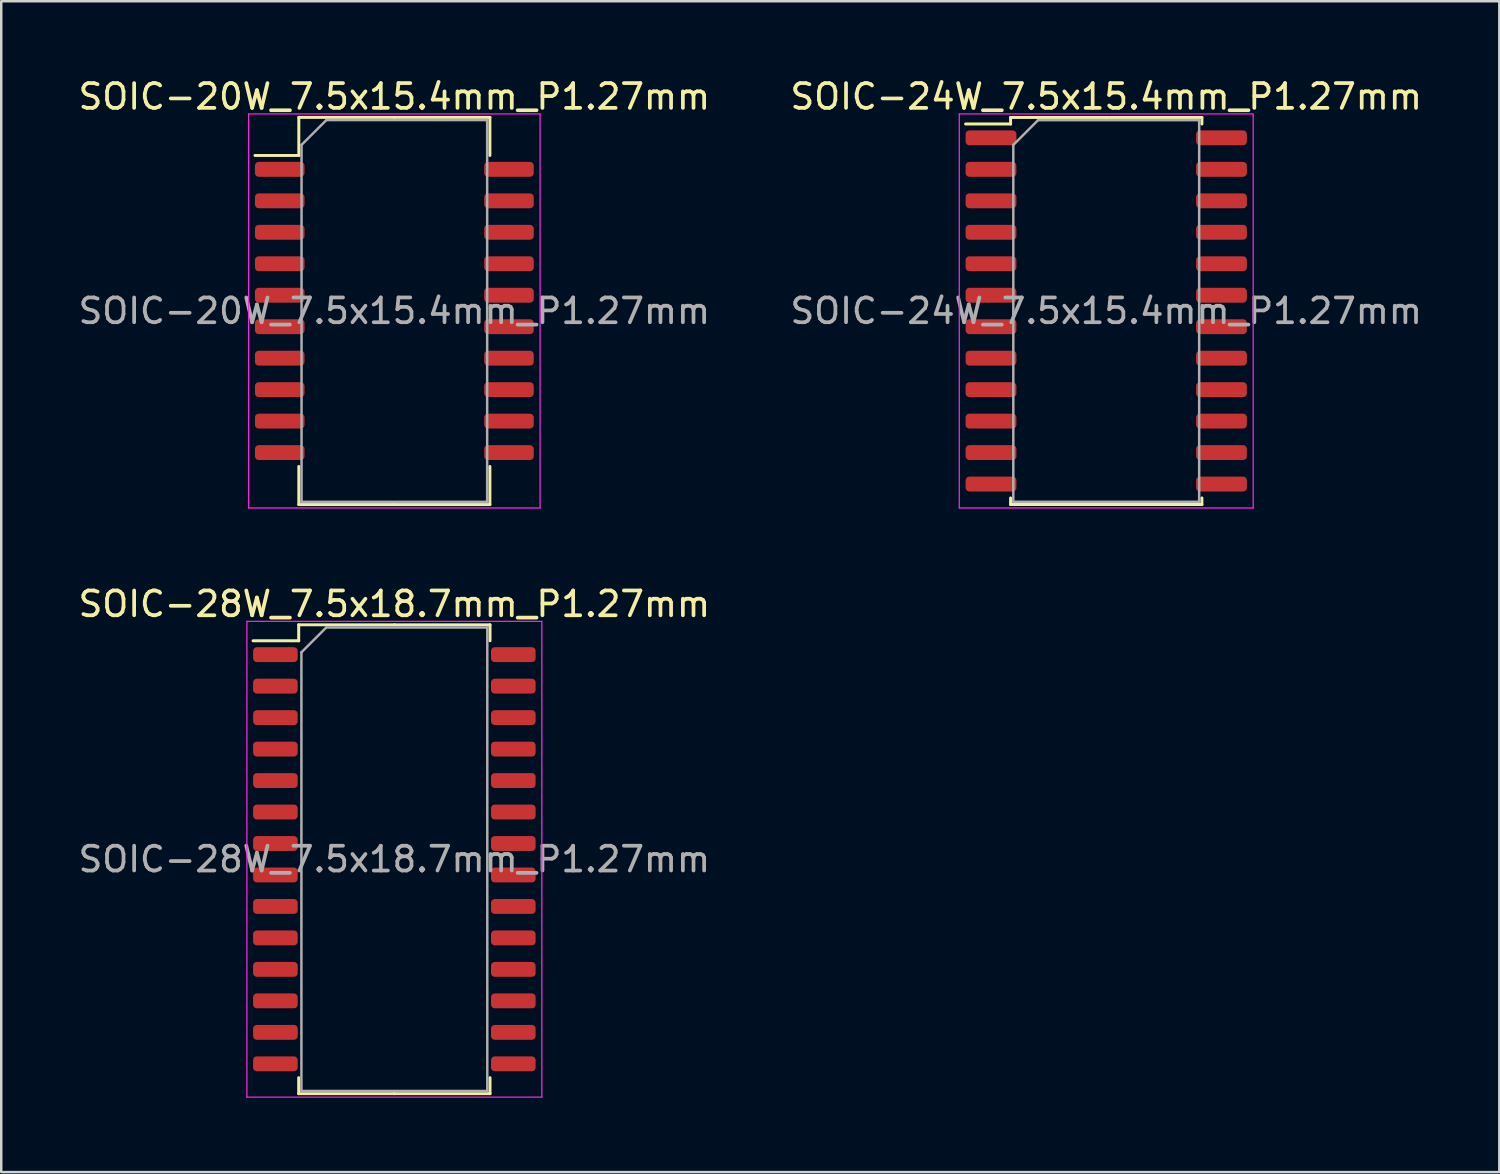
<source format=kicad_pcb>
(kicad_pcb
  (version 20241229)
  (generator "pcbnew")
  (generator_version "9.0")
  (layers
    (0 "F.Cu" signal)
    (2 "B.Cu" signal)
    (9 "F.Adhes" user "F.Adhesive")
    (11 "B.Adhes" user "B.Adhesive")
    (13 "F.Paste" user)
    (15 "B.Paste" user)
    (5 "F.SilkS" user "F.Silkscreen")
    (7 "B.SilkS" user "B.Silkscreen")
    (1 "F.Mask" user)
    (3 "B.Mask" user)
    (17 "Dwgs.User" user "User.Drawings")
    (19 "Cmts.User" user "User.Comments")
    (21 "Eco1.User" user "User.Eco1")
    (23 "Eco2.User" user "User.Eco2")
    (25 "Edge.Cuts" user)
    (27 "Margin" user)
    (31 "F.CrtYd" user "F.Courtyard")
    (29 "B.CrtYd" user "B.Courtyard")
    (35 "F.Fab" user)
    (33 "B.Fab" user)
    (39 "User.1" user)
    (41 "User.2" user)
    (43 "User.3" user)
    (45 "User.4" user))
  (footprint "SOIC-24W_7.5x15.4mm_P1.27mm"
    (layer "F.Cu")
    (at 41.589 9.498)
    (property "Reference" "SOIC-24W_7.5x15.4mm_P1.27mm" (at 0 -8.65 0) (layer "F.SilkS") (effects (font (size 1 1) (thickness 0.15))))
    (attr smd)
    (fp_line (start -3.86 -7.81) (end -3.86 -7.545) (stroke (width 0.12) (type solid)) (layer "F.SilkS"))
    (fp_line (start -3.86 -7.545) (end -5.675 -7.545) (stroke (width 0.12) (type solid)) (layer "F.SilkS"))
    (fp_line (start -3.86 7.81) (end -3.86 7.545) (stroke (width 0.12) (type solid)) (layer "F.SilkS"))
    (fp_line (start 0 -7.81) (end -3.86 -7.81) (stroke (width 0.12) (type solid)) (layer "F.SilkS"))
    (fp_line (start 0 -7.81) (end 3.86 -7.81) (stroke (width 0.12) (type solid)) (layer "F.SilkS"))
    (fp_line (start 0 7.81) (end -3.86 7.81) (stroke (width 0.12) (type solid)) (layer "F.SilkS"))
    (fp_line (start 0 7.81) (end 3.86 7.81) (stroke (width 0.12) (type solid)) (layer "F.SilkS"))
    (fp_line (start 3.86 -7.81) (end 3.86 -7.545) (stroke (width 0.12) (type solid)) (layer "F.SilkS"))
    (fp_line (start 3.86 7.81) (end 3.86 7.545) (stroke (width 0.12) (type solid)) (layer "F.SilkS"))
    (fp_line (start -5.93 -7.95) (end -5.93 7.95) (stroke (width 0.05) (type solid)) (layer "F.CrtYd"))
    (fp_line (start -5.93 7.95) (end 5.93 7.95) (stroke (width 0.05) (type solid)) (layer "F.CrtYd"))
    (fp_line (start 5.93 -7.95) (end -5.93 -7.95) (stroke (width 0.05) (type solid)) (layer "F.CrtYd"))
    (fp_line (start 5.93 7.95) (end 5.93 -7.95) (stroke (width 0.05) (type solid)) (layer "F.CrtYd"))
    (fp_line (start -3.75 -6.7) (end -2.75 -7.7) (stroke (width 0.1) (type solid)) (layer "F.Fab"))
    (fp_line (start -3.75 7.7) (end -3.75 -6.7) (stroke (width 0.1) (type solid)) (layer "F.Fab"))
    (fp_line (start -2.75 -7.7) (end 3.75 -7.7) (stroke (width 0.1) (type solid)) (layer "F.Fab"))
    (fp_line (start 3.75 -7.7) (end 3.75 7.7) (stroke (width 0.1) (type solid)) (layer "F.Fab"))
    (fp_line (start 3.75 7.7) (end -3.75 7.7) (stroke (width 0.1) (type solid)) (layer "F.Fab"))
    (fp_text user "${REFERENCE}" (at 0 0 0) (layer "F.Fab") (effects (font (size 1 1) (thickness 0.15))))
    (pad "1" smd roundrect (at -4.65 -6.985) (size 2.05 0.6) (layers "F.Cu" "F.Mask" "F.Paste") (roundrect_rratio 0.25))
    (pad "2" smd roundrect (at -4.65 -5.715) (size 2.05 0.6) (layers "F.Cu" "F.Mask" "F.Paste") (roundrect_rratio 0.25))
    (pad "3" smd roundrect (at -4.65 -4.445) (size 2.05 0.6) (layers "F.Cu" "F.Mask" "F.Paste") (roundrect_rratio 0.25))
    (pad "4" smd roundrect (at -4.65 -3.175) (size 2.05 0.6) (layers "F.Cu" "F.Mask" "F.Paste") (roundrect_rratio 0.25))
    (pad "5" smd roundrect (at -4.65 -1.905) (size 2.05 0.6) (layers "F.Cu" "F.Mask" "F.Paste") (roundrect_rratio 0.25))
    (pad "6" smd roundrect (at -4.65 -0.635) (size 2.05 0.6) (layers "F.Cu" "F.Mask" "F.Paste") (roundrect_rratio 0.25))
    (pad "7" smd roundrect (at -4.65 0.635) (size 2.05 0.6) (layers "F.Cu" "F.Mask" "F.Paste") (roundrect_rratio 0.25))
    (pad "8" smd roundrect (at -4.65 1.905) (size 2.05 0.6) (layers "F.Cu" "F.Mask" "F.Paste") (roundrect_rratio 0.25))
    (pad "9" smd roundrect (at -4.65 3.175) (size 2.05 0.6) (layers "F.Cu" "F.Mask" "F.Paste") (roundrect_rratio 0.25))
    (pad "10" smd roundrect (at -4.65 4.445) (size 2.05 0.6) (layers "F.Cu" "F.Mask" "F.Paste") (roundrect_rratio 0.25))
    (pad "11" smd roundrect (at -4.65 5.715) (size 2.05 0.6) (layers "F.Cu" "F.Mask" "F.Paste") (roundrect_rratio 0.25))
    (pad "12" smd roundrect (at -4.65 6.985) (size 2.05 0.6) (layers "F.Cu" "F.Mask" "F.Paste") (roundrect_rratio 0.25))
    (pad "13" smd roundrect (at 4.65 6.985) (size 2.05 0.6) (layers "F.Cu" "F.Mask" "F.Paste") (roundrect_rratio 0.25))
    (pad "14" smd roundrect (at 4.65 5.715) (size 2.05 0.6) (layers "F.Cu" "F.Mask" "F.Paste") (roundrect_rratio 0.25))
    (pad "15" smd roundrect (at 4.65 4.445) (size 2.05 0.6) (layers "F.Cu" "F.Mask" "F.Paste") (roundrect_rratio 0.25))
    (pad "16" smd roundrect (at 4.65 3.175) (size 2.05 0.6) (layers "F.Cu" "F.Mask" "F.Paste") (roundrect_rratio 0.25))
    (pad "17" smd roundrect (at 4.65 1.905) (size 2.05 0.6) (layers "F.Cu" "F.Mask" "F.Paste") (roundrect_rratio 0.25))
    (pad "18" smd roundrect (at 4.65 0.635) (size 2.05 0.6) (layers "F.Cu" "F.Mask" "F.Paste") (roundrect_rratio 0.25))
    (pad "19" smd roundrect (at 4.65 -0.635) (size 2.05 0.6) (layers "F.Cu" "F.Mask" "F.Paste") (roundrect_rratio 0.25))
    (pad "20" smd roundrect (at 4.65 -1.905) (size 2.05 0.6) (layers "F.Cu" "F.Mask" "F.Paste") (roundrect_rratio 0.25))
    (pad "21" smd roundrect (at 4.65 -3.175) (size 2.05 0.6) (layers "F.Cu" "F.Mask" "F.Paste") (roundrect_rratio 0.25))
    (pad "22" smd roundrect (at 4.65 -4.445) (size 2.05 0.6) (layers "F.Cu" "F.Mask" "F.Paste") (roundrect_rratio 0.25))
    (pad "23" smd roundrect (at 4.65 -5.715) (size 2.05 0.6) (layers "F.Cu" "F.Mask" "F.Paste") (roundrect_rratio 0.25))
    (pad "24" smd roundrect (at 4.65 -6.985) (size 2.05 0.6) (layers "F.Cu" "F.Mask" "F.Paste") (roundrect_rratio 0.25)))
  (footprint "SOIC-20W_7.5x15.4mm_P1.27mm"
    (layer "F.Cu")
    (at 12.863 9.498)
    (property "Reference" "SOIC-20W_7.5x15.4mm_P1.27mm" (at 0 -8.65 0) (layer "F.SilkS") (effects (font (size 1 1) (thickness 0.15))))
    (attr smd)
    (fp_line (start -3.855 -7.812) (end -3.855 -6.275) (stroke (width 0.12) (type solid)) (layer "F.SilkS"))
    (fp_line (start -3.855 -6.275) (end -5.625 -6.275) (stroke (width 0.12) (type solid)) (layer "F.SilkS"))
    (fp_line (start -3.855 7.812) (end -3.855 6.275) (stroke (width 0.12) (type solid)) (layer "F.SilkS"))
    (fp_line (start 0 -7.812) (end -3.855 -7.812) (stroke (width 0.12) (type solid)) (layer "F.SilkS"))
    (fp_line (start 0 -7.812) (end 3.855 -7.812) (stroke (width 0.12) (type solid)) (layer "F.SilkS"))
    (fp_line (start 0 7.812) (end -3.855 7.812) (stroke (width 0.12) (type solid)) (layer "F.SilkS"))
    (fp_line (start 0 7.812) (end 3.855 7.812) (stroke (width 0.12) (type solid)) (layer "F.SilkS"))
    (fp_line (start 3.855 -7.812) (end 3.855 -6.275) (stroke (width 0.12) (type solid)) (layer "F.SilkS"))
    (fp_line (start 3.855 7.812) (end 3.855 6.275) (stroke (width 0.12) (type solid)) (layer "F.SilkS"))
    (fp_line (start -5.88 -7.95) (end -5.88 7.95) (stroke (width 0.05) (type solid)) (layer "F.CrtYd"))
    (fp_line (start -5.88 7.95) (end 5.88 7.95) (stroke (width 0.05) (type solid)) (layer "F.CrtYd"))
    (fp_line (start 5.88 -7.95) (end -5.88 -7.95) (stroke (width 0.05) (type solid)) (layer "F.CrtYd"))
    (fp_line (start 5.88 7.95) (end 5.88 -7.95) (stroke (width 0.05) (type solid)) (layer "F.CrtYd"))
    (fp_line (start -3.745 -6.702) (end -2.745 -7.702) (stroke (width 0.1) (type solid)) (layer "F.Fab"))
    (fp_line (start -3.745 7.702) (end -3.745 -6.702) (stroke (width 0.1) (type solid)) (layer "F.Fab"))
    (fp_line (start -2.745 -7.702) (end 3.745 -7.702) (stroke (width 0.1) (type solid)) (layer "F.Fab"))
    (fp_line (start 3.745 -7.702) (end 3.745 7.702) (stroke (width 0.1) (type solid)) (layer "F.Fab"))
    (fp_line (start 3.745 7.702) (end -3.745 7.702) (stroke (width 0.1) (type solid)) (layer "F.Fab"))
    (fp_text user "${REFERENCE}" (at 0 0 0) (layer "F.Fab") (effects (font (size 1 1) (thickness 0.15))))
    (pad "1" smd roundrect (at -4.625 -5.715) (size 2 0.6) (layers "F.Cu" "F.Mask" "F.Paste") (roundrect_rratio 0.25))
    (pad "2" smd roundrect (at -4.625 -4.445) (size 2 0.6) (layers "F.Cu" "F.Mask" "F.Paste") (roundrect_rratio 0.25))
    (pad "3" smd roundrect (at -4.625 -3.175) (size 2 0.6) (layers "F.Cu" "F.Mask" "F.Paste") (roundrect_rratio 0.25))
    (pad "4" smd roundrect (at -4.625 -1.905) (size 2 0.6) (layers "F.Cu" "F.Mask" "F.Paste") (roundrect_rratio 0.25))
    (pad "5" smd roundrect (at -4.625 -0.635) (size 2 0.6) (layers "F.Cu" "F.Mask" "F.Paste") (roundrect_rratio 0.25))
    (pad "6" smd roundrect (at -4.625 0.635) (size 2 0.6) (layers "F.Cu" "F.Mask" "F.Paste") (roundrect_rratio 0.25))
    (pad "7" smd roundrect (at -4.625 1.905) (size 2 0.6) (layers "F.Cu" "F.Mask" "F.Paste") (roundrect_rratio 0.25))
    (pad "8" smd roundrect (at -4.625 3.175) (size 2 0.6) (layers "F.Cu" "F.Mask" "F.Paste") (roundrect_rratio 0.25))
    (pad "9" smd roundrect (at -4.625 4.445) (size 2 0.6) (layers "F.Cu" "F.Mask" "F.Paste") (roundrect_rratio 0.25))
    (pad "10" smd roundrect (at -4.625 5.715) (size 2 0.6) (layers "F.Cu" "F.Mask" "F.Paste") (roundrect_rratio 0.25))
    (pad "11" smd roundrect (at 4.625 5.715) (size 2 0.6) (layers "F.Cu" "F.Mask" "F.Paste") (roundrect_rratio 0.25))
    (pad "12" smd roundrect (at 4.625 4.445) (size 2 0.6) (layers "F.Cu" "F.Mask" "F.Paste") (roundrect_rratio 0.25))
    (pad "13" smd roundrect (at 4.625 3.175) (size 2 0.6) (layers "F.Cu" "F.Mask" "F.Paste") (roundrect_rratio 0.25))
    (pad "14" smd roundrect (at 4.625 1.905) (size 2 0.6) (layers "F.Cu" "F.Mask" "F.Paste") (roundrect_rratio 0.25))
    (pad "15" smd roundrect (at 4.625 0.635) (size 2 0.6) (layers "F.Cu" "F.Mask" "F.Paste") (roundrect_rratio 0.25))
    (pad "16" smd roundrect (at 4.625 -0.635) (size 2 0.6) (layers "F.Cu" "F.Mask" "F.Paste") (roundrect_rratio 0.25))
    (pad "17" smd roundrect (at 4.625 -1.905) (size 2 0.6) (layers "F.Cu" "F.Mask" "F.Paste") (roundrect_rratio 0.25))
    (pad "18" smd roundrect (at 4.625 -3.175) (size 2 0.6) (layers "F.Cu" "F.Mask" "F.Paste") (roundrect_rratio 0.25))
    (pad "19" smd roundrect (at 4.625 -4.445) (size 2 0.6) (layers "F.Cu" "F.Mask" "F.Paste") (roundrect_rratio 0.25))
    (pad "20" smd roundrect (at 4.625 -5.715) (size 2 0.6) (layers "F.Cu" "F.Mask" "F.Paste") (roundrect_rratio 0.25)))
  (footprint "SOIC-28W_7.5x18.7mm_P1.27mm"
    (layer "F.Cu")
    (at 12.863 31.622)
    (property "Reference" "SOIC-28W_7.5x18.7mm_P1.27mm" (at 0 -10.3 0) (layer "F.SilkS") (effects (font (size 1 1) (thickness 0.15))))
    (attr smd)
    (fp_line (start -3.86 -9.46) (end -3.86 -8.815) (stroke (width 0.12) (type solid)) (layer "F.SilkS"))
    (fp_line (start -3.86 -8.815) (end -5.7 -8.815) (stroke (width 0.12) (type solid)) (layer "F.SilkS"))
    (fp_line (start -3.86 9.46) (end -3.86 8.815) (stroke (width 0.12) (type solid)) (layer "F.SilkS"))
    (fp_line (start 0 -9.46) (end -3.86 -9.46) (stroke (width 0.12) (type solid)) (layer "F.SilkS"))
    (fp_line (start 0 -9.46) (end 3.86 -9.46) (stroke (width 0.12) (type solid)) (layer "F.SilkS"))
    (fp_line (start 0 9.46) (end -3.86 9.46) (stroke (width 0.12) (type solid)) (layer "F.SilkS"))
    (fp_line (start 0 9.46) (end 3.86 9.46) (stroke (width 0.12) (type solid)) (layer "F.SilkS"))
    (fp_line (start 3.86 -9.46) (end 3.86 -8.815) (stroke (width 0.12) (type solid)) (layer "F.SilkS"))
    (fp_line (start 3.86 9.46) (end 3.86 8.815) (stroke (width 0.12) (type solid)) (layer "F.SilkS"))
    (fp_line (start -5.95 -9.6) (end -5.95 9.6) (stroke (width 0.05) (type solid)) (layer "F.CrtYd"))
    (fp_line (start -5.95 9.6) (end 5.95 9.6) (stroke (width 0.05) (type solid)) (layer "F.CrtYd"))
    (fp_line (start 5.95 -9.6) (end -5.95 -9.6) (stroke (width 0.05) (type solid)) (layer "F.CrtYd"))
    (fp_line (start 5.95 9.6) (end 5.95 -9.6) (stroke (width 0.05) (type solid)) (layer "F.CrtYd"))
    (fp_line (start -3.75 -8.35) (end -2.75 -9.35) (stroke (width 0.1) (type solid)) (layer "F.Fab"))
    (fp_line (start -3.75 9.35) (end -3.75 -8.35) (stroke (width 0.1) (type solid)) (layer "F.Fab"))
    (fp_line (start -2.75 -9.35) (end 3.75 -9.35) (stroke (width 0.1) (type solid)) (layer "F.Fab"))
    (fp_line (start 3.75 -9.35) (end 3.75 9.35) (stroke (width 0.1) (type solid)) (layer "F.Fab"))
    (fp_line (start 3.75 9.35) (end -3.75 9.35) (stroke (width 0.1) (type solid)) (layer "F.Fab"))
    (fp_text user "${REFERENCE}" (at 0 0 0) (layer "F.Fab") (effects (font (size 1 1) (thickness 0.15))))
    (pad "1" smd roundrect (at -4.8 -8.255) (size 1.8 0.6) (layers "F.Cu" "F.Mask" "F.Paste") (roundrect_rratio 0.25))
    (pad "2" smd roundrect (at -4.8 -6.985) (size 1.8 0.6) (layers "F.Cu" "F.Mask" "F.Paste") (roundrect_rratio 0.25))
    (pad "3" smd roundrect (at -4.8 -5.715) (size 1.8 0.6) (layers "F.Cu" "F.Mask" "F.Paste") (roundrect_rratio 0.25))
    (pad "4" smd roundrect (at -4.8 -4.445) (size 1.8 0.6) (layers "F.Cu" "F.Mask" "F.Paste") (roundrect_rratio 0.25))
    (pad "5" smd roundrect (at -4.8 -3.175) (size 1.8 0.6) (layers "F.Cu" "F.Mask" "F.Paste") (roundrect_rratio 0.25))
    (pad "6" smd roundrect (at -4.8 -1.905) (size 1.8 0.6) (layers "F.Cu" "F.Mask" "F.Paste") (roundrect_rratio 0.25))
    (pad "7" smd roundrect (at -4.8 -0.635) (size 1.8 0.6) (layers "F.Cu" "F.Mask" "F.Paste") (roundrect_rratio 0.25))
    (pad "8" smd roundrect (at -4.8 0.635) (size 1.8 0.6) (layers "F.Cu" "F.Mask" "F.Paste") (roundrect_rratio 0.25))
    (pad "9" smd roundrect (at -4.8 1.905) (size 1.8 0.6) (layers "F.Cu" "F.Mask" "F.Paste") (roundrect_rratio 0.25))
    (pad "10" smd roundrect (at -4.8 3.175) (size 1.8 0.6) (layers "F.Cu" "F.Mask" "F.Paste") (roundrect_rratio 0.25))
    (pad "11" smd roundrect (at -4.8 4.445) (size 1.8 0.6) (layers "F.Cu" "F.Mask" "F.Paste") (roundrect_rratio 0.25))
    (pad "12" smd roundrect (at -4.8 5.715) (size 1.8 0.6) (layers "F.Cu" "F.Mask" "F.Paste") (roundrect_rratio 0.25))
    (pad "13" smd roundrect (at -4.8 6.985) (size 1.8 0.6) (layers "F.Cu" "F.Mask" "F.Paste") (roundrect_rratio 0.25))
    (pad "14" smd roundrect (at -4.8 8.255) (size 1.8 0.6) (layers "F.Cu" "F.Mask" "F.Paste") (roundrect_rratio 0.25))
    (pad "15" smd roundrect (at 4.8 8.255) (size 1.8 0.6) (layers "F.Cu" "F.Mask" "F.Paste") (roundrect_rratio 0.25))
    (pad "16" smd roundrect (at 4.8 6.985) (size 1.8 0.6) (layers "F.Cu" "F.Mask" "F.Paste") (roundrect_rratio 0.25))
    (pad "17" smd roundrect (at 4.8 5.715) (size 1.8 0.6) (layers "F.Cu" "F.Mask" "F.Paste") (roundrect_rratio 0.25))
    (pad "18" smd roundrect (at 4.8 4.445) (size 1.8 0.6) (layers "F.Cu" "F.Mask" "F.Paste") (roundrect_rratio 0.25))
    (pad "19" smd roundrect (at 4.8 3.175) (size 1.8 0.6) (layers "F.Cu" "F.Mask" "F.Paste") (roundrect_rratio 0.25))
    (pad "20" smd roundrect (at 4.8 1.905) (size 1.8 0.6) (layers "F.Cu" "F.Mask" "F.Paste") (roundrect_rratio 0.25))
    (pad "21" smd roundrect (at 4.8 0.635) (size 1.8 0.6) (layers "F.Cu" "F.Mask" "F.Paste") (roundrect_rratio 0.25))
    (pad "22" smd roundrect (at 4.8 -0.635) (size 1.8 0.6) (layers "F.Cu" "F.Mask" "F.Paste") (roundrect_rratio 0.25))
    (pad "23" smd roundrect (at 4.8 -1.905) (size 1.8 0.6) (layers "F.Cu" "F.Mask" "F.Paste") (roundrect_rratio 0.25))
    (pad "24" smd roundrect (at 4.8 -3.175) (size 1.8 0.6) (layers "F.Cu" "F.Mask" "F.Paste") (roundrect_rratio 0.25))
    (pad "25" smd roundrect (at 4.8 -4.445) (size 1.8 0.6) (layers "F.Cu" "F.Mask" "F.Paste") (roundrect_rratio 0.25))
    (pad "26" smd roundrect (at 4.8 -5.715) (size 1.8 0.6) (layers "F.Cu" "F.Mask" "F.Paste") (roundrect_rratio 0.25))
    (pad "27" smd roundrect (at 4.8 -6.985) (size 1.8 0.6) (layers "F.Cu" "F.Mask" "F.Paste") (roundrect_rratio 0.25))
    (pad "28" smd roundrect (at 4.8 -8.255) (size 1.8 0.6) (layers "F.Cu" "F.Mask" "F.Paste") (roundrect_rratio 0.25)))
  (gr_rect
    (start -3 -3)
    (end 57.452 44.246)
    (stroke (width 0.1) (type default))
    (fill no)
    (layer "Edge.Cuts")))
</source>
